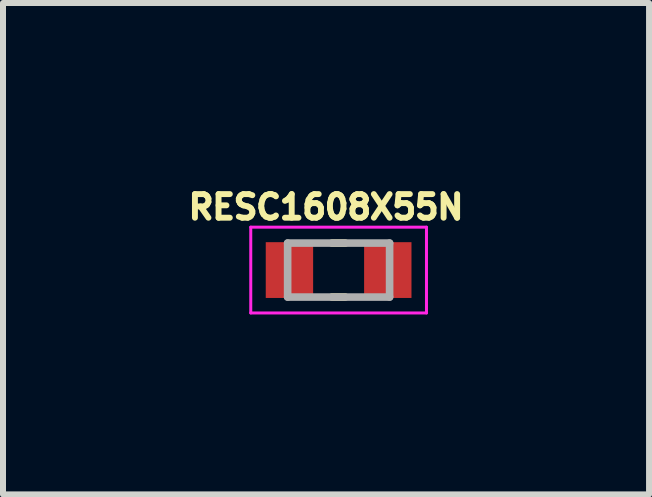
<source format=kicad_pcb>
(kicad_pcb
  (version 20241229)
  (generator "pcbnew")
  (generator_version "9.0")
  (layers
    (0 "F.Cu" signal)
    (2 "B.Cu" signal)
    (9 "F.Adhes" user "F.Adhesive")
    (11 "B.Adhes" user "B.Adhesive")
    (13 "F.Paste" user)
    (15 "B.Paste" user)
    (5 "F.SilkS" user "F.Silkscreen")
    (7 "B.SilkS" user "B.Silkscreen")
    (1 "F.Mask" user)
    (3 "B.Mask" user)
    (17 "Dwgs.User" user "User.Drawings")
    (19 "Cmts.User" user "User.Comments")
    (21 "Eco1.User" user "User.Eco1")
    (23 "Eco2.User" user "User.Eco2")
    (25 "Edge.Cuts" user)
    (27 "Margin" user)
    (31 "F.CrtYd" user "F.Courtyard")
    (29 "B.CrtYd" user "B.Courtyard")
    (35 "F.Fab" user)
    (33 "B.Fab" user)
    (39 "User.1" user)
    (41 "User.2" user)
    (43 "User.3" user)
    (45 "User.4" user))
  (footprint "RESC1608X55N"
    (layer "F.Cu")
    (at 2.596 1.453)
    (property "Reference" "RESC1608X55N" (at -0.21 -1.05 0) (layer "F.SilkS") (effects (font (size 0.394 0.394) (thickness 0.15))))
    (attr through_hole)
    (fp_line (start -0.11 -0.45) (end 0.11 -0.45) (stroke (width 0.127) (type solid)) (layer "F.SilkS"))
    (fp_line (start -0.11 0.45) (end 0.11 0.45) (stroke (width 0.127) (type solid)) (layer "F.SilkS"))
    (fp_line (start -1.465 -0.715) (end 1.465 -0.715) (stroke (width 0.05) (type solid)) (layer "F.CrtYd"))
    (fp_line (start -1.465 0.715) (end -1.465 -0.715) (stroke (width 0.05) (type solid)) (layer "F.CrtYd"))
    (fp_line (start -1.465 0.715) (end 1.465 0.715) (stroke (width 0.05) (type solid)) (layer "F.CrtYd"))
    (fp_line (start 1.465 0.715) (end 1.465 -0.715) (stroke (width 0.05) (type solid)) (layer "F.CrtYd"))
    (fp_line (start -0.85 0.45) (end -0.85 -0.45) (stroke (width 0.127) (type solid)) (layer "F.Fab"))
    (fp_line (start 0.85 -0.45) (end -0.85 -0.45) (stroke (width 0.127) (type solid)) (layer "F.Fab"))
    (fp_line (start 0.85 0.45) (end -0.85 0.45) (stroke (width 0.127) (type solid)) (layer "F.Fab"))
    (fp_line (start 0.85 0.45) (end 0.85 -0.45) (stroke (width 0.127) (type solid)) (layer "F.Fab"))
    (pad "1" smd rect (at -0.82 0) (size 0.79 0.93) (layers "F.Cu" "F.Mask" "F.Paste"))
    (pad "2" smd rect (at 0.82 0) (size 0.79 0.93) (layers "F.Cu" "F.Mask" "F.Paste")))
  (gr_rect
    (start -3 -3)
    (end 7.772 5.193)
    (stroke (width 0.1) (type default))
    (fill no)
    (layer "Edge.Cuts")))
</source>
